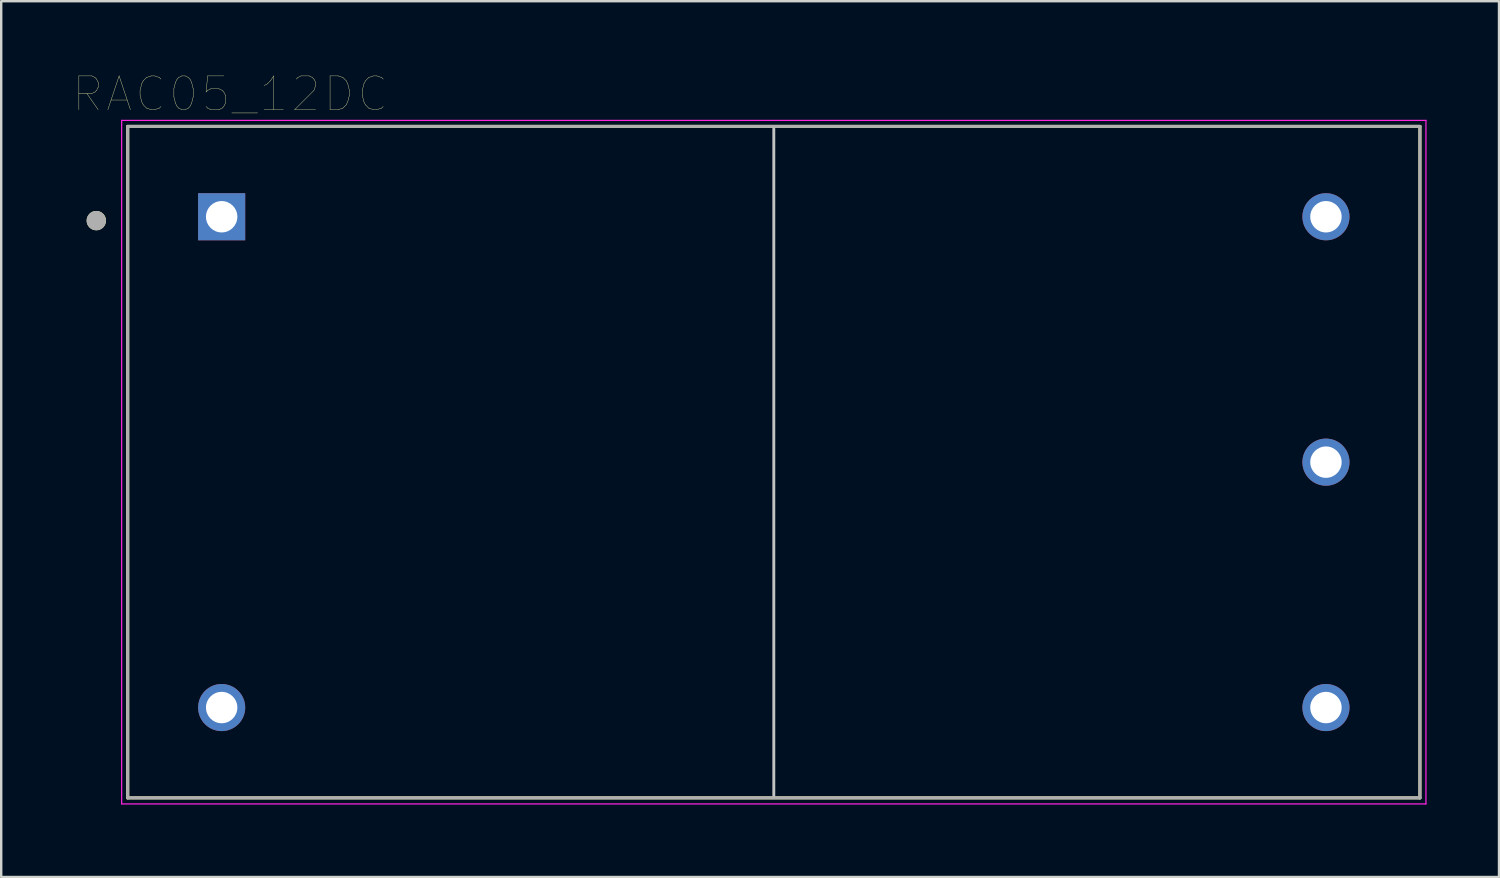
<source format=kicad_pcb>
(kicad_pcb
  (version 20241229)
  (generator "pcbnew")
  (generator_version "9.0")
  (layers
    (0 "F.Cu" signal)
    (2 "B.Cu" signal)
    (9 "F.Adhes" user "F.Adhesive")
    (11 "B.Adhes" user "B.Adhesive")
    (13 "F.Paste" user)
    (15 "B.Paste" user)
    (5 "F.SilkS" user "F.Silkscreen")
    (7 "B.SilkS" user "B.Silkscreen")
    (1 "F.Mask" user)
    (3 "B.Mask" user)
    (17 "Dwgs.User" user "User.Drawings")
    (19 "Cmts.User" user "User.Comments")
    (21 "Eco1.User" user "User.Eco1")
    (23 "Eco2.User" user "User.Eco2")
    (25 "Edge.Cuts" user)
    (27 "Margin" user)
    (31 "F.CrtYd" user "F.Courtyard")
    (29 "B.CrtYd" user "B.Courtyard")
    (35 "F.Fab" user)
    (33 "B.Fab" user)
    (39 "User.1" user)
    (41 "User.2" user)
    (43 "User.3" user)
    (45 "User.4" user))
  (footprint "RAC05_12DC"
    (layer "F.Cu")
    (at 28.987 16.084)
    (property "Reference" "RAC05_12DC" (at -22.505 -15.239 0) (layer "F.SilkS") (effects (font (size 1.4 1.4) (thickness 0.015))))
    (attr through_hole)
    (fp_line (start -26.75 -13.9) (end 26.75 -13.9) (stroke (width 0.127) (type solid)) (layer "F.SilkS"))
    (fp_line (start -26.75 13.9) (end -26.75 -13.9) (stroke (width 0.127) (type solid)) (layer "F.SilkS"))
    (fp_line (start 26.75 -13.9) (end 26.75 13.9) (stroke (width 0.127) (type solid)) (layer "F.SilkS"))
    (fp_line (start 26.75 13.9) (end -26.75 13.9) (stroke (width 0.127) (type solid)) (layer "F.SilkS"))
    (fp_circle (center -28.05 -10) (end -27.85 -10) (stroke (width 0.4) (type solid)) (fill no) (layer "F.SilkS"))
    (fp_line (start 0 -13.8) (end 0 13.8) (stroke (width 0.12) (type solid)) (layer "Dwgs.User"))
    (fp_line (start -27 -14.15) (end 27 -14.15) (stroke (width 0.05) (type solid)) (layer "F.CrtYd"))
    (fp_line (start -27 14.15) (end -27 -14.15) (stroke (width 0.05) (type solid)) (layer "F.CrtYd"))
    (fp_line (start 27 -14.15) (end 27 14.15) (stroke (width 0.05) (type solid)) (layer "F.CrtYd"))
    (fp_line (start 27 14.15) (end -27 14.15) (stroke (width 0.05) (type solid)) (layer "F.CrtYd"))
    (fp_line (start -26.75 -13.9) (end 26.75 -13.9) (stroke (width 0.127) (type solid)) (layer "F.Fab"))
    (fp_line (start -26.75 13.9) (end -26.75 -13.9) (stroke (width 0.127) (type solid)) (layer "F.Fab"))
    (fp_line (start 26.75 -13.9) (end 26.75 13.9) (stroke (width 0.127) (type solid)) (layer "F.Fab"))
    (fp_line (start 26.75 13.9) (end -26.75 13.9) (stroke (width 0.127) (type solid)) (layer "F.Fab"))
    (fp_circle (center -28.05 -10) (end -27.85 -10) (stroke (width 0.4) (type solid)) (fill no) (layer "F.Fab"))
    (pad "1" thru_hole rect (at -22.86 -10.16) (size 1.95 1.95) (drill 1.3) (layers "*.Cu" "*.Mask"))
    (pad "2" thru_hole circle (at -22.86 10.16) (size 1.95 1.95) (drill 1.3) (layers "*.Cu" "*.Mask"))
    (pad "3" thru_hole circle (at 22.86 -10.16) (size 1.95 1.95) (drill 1.3) (layers "*.Cu" "*.Mask"))
    (pad "4" thru_hole circle (at 22.86 0) (size 1.95 1.95) (drill 1.3) (layers "*.Cu" "*.Mask"))
    (pad "5" thru_hole circle (at 22.86 10.16) (size 1.95 1.95) (drill 1.3) (layers "*.Cu" "*.Mask")))
  (gr_rect
    (start -3 -3)
    (end 59.012 33.259)
    (stroke (width 0.1) (type default))
    (fill no)
    (layer "Edge.Cuts")))
</source>
